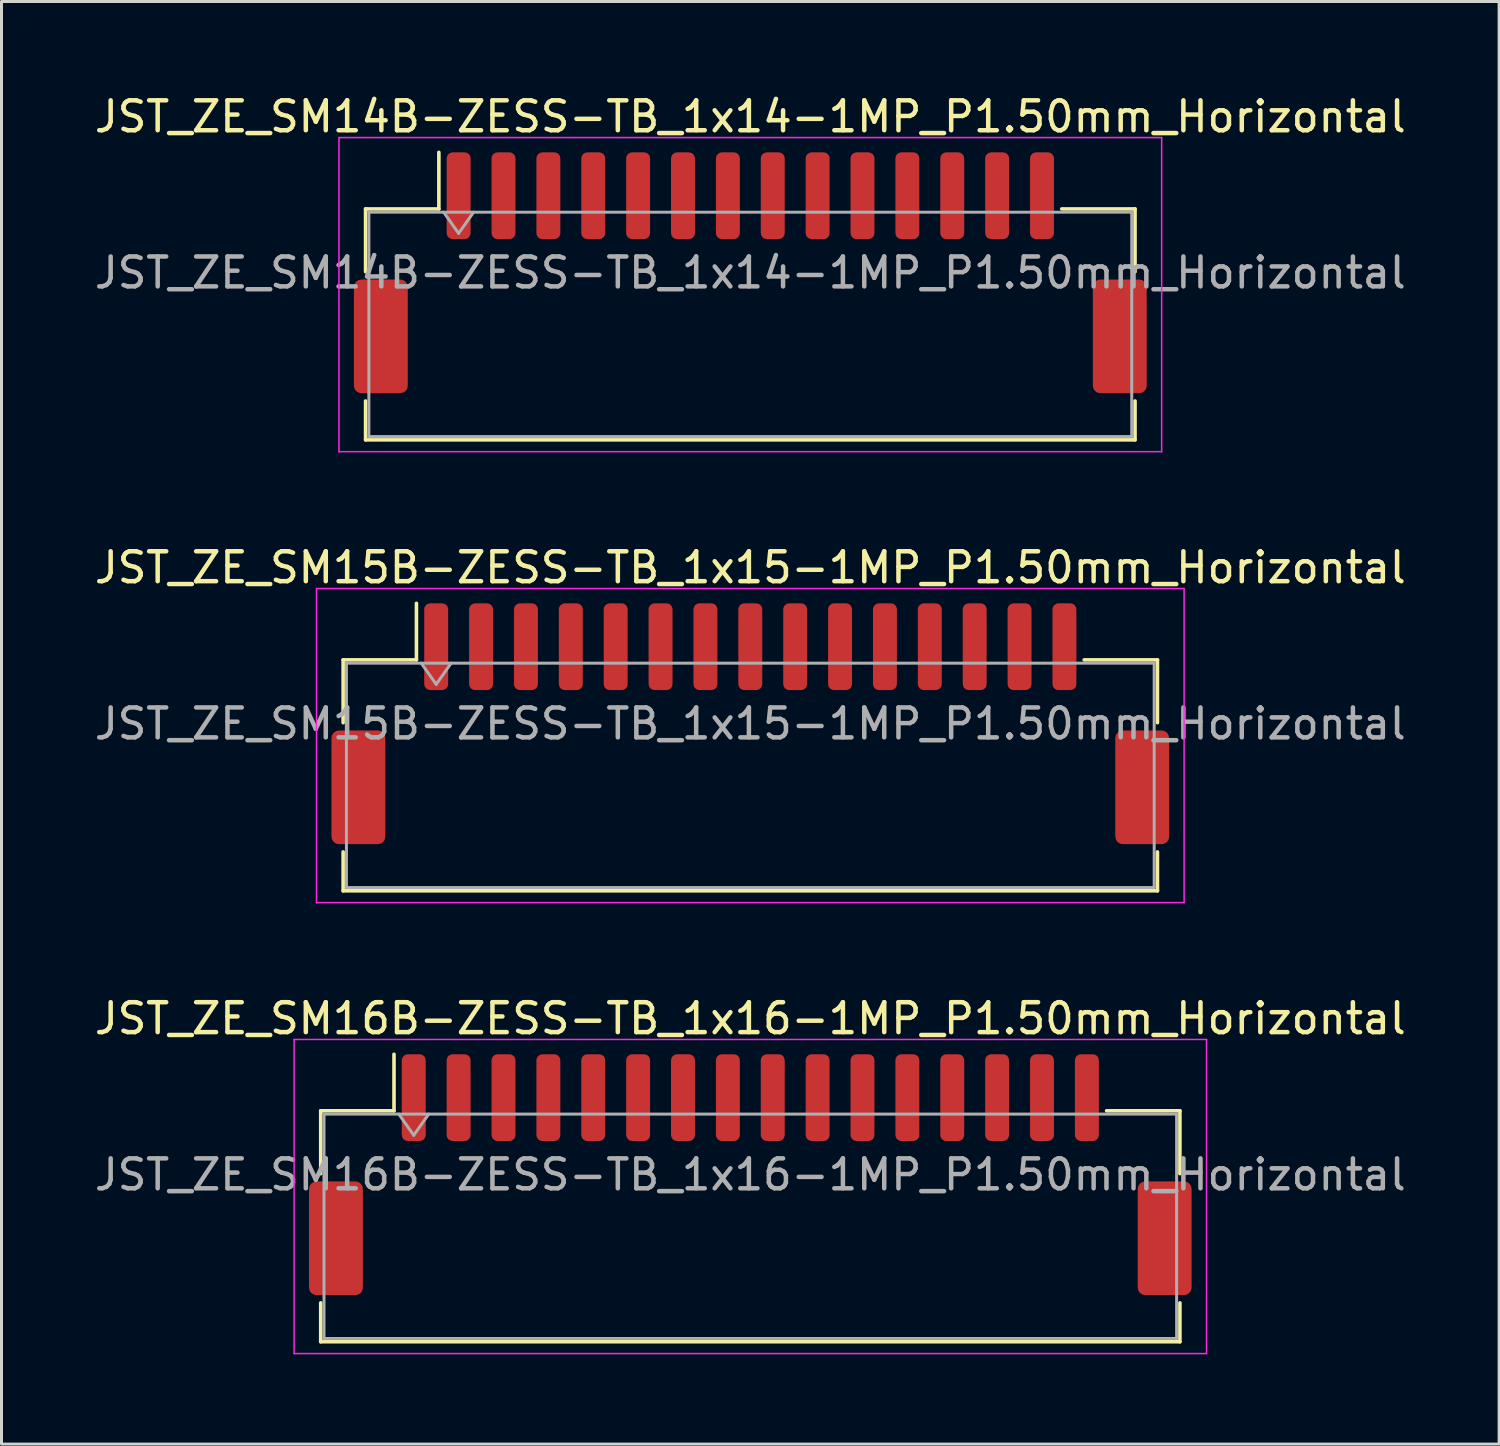
<source format=kicad_pcb>
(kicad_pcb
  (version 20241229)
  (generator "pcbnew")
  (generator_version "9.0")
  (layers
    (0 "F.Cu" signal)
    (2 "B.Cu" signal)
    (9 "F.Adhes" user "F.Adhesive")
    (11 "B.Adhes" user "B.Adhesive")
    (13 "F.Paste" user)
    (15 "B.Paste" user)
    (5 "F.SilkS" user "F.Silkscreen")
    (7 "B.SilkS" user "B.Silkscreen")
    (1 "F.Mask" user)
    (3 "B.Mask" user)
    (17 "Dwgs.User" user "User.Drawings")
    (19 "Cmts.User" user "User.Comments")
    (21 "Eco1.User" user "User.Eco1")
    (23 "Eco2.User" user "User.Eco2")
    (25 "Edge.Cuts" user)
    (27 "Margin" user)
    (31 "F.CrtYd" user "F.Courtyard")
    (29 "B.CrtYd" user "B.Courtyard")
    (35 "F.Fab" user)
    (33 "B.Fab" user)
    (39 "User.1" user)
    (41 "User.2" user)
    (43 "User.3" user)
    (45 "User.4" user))
  (footprint "JST_ZE_SM15B-ZESS-TB_1x15-1MP_P1.50mm_Horizontal"
    (layer "F.Cu")
    (at 22.03 21.142)
    (property "Reference" "JST_ZE_SM15B-ZESS-TB_1x15-1MP_P1.50mm_Horizontal" (at 0 -5.22 0) (layer "F.SilkS") (effects (font (size 1 1) (thickness 0.15))))
    (attr smd)
    (fp_line (start -13.61 -2.135) (end -11.16 -2.135) (stroke (width 0.12) (type solid)) (layer "F.SilkS"))
    (fp_line (start -13.61 -0.035) (end -13.61 -2.135) (stroke (width 0.12) (type solid)) (layer "F.SilkS"))
    (fp_line (start -13.61 4.285) (end -13.61 5.585) (stroke (width 0.12) (type solid)) (layer "F.SilkS"))
    (fp_line (start -13.61 5.585) (end 13.61 5.585) (stroke (width 0.12) (type solid)) (layer "F.SilkS"))
    (fp_line (start -11.16 -2.135) (end -11.16 -4.025) (stroke (width 0.12) (type solid)) (layer "F.SilkS"))
    (fp_line (start 13.61 -2.135) (end 11.16 -2.135) (stroke (width 0.12) (type solid)) (layer "F.SilkS"))
    (fp_line (start 13.61 -0.035) (end 13.61 -2.135) (stroke (width 0.12) (type solid)) (layer "F.SilkS"))
    (fp_line (start 13.61 5.585) (end 13.61 4.285) (stroke (width 0.12) (type solid)) (layer "F.SilkS"))
    (fp_line (start -14.5 -4.52) (end -14.5 5.98) (stroke (width 0.05) (type solid)) (layer "F.CrtYd"))
    (fp_line (start -14.5 5.98) (end 14.5 5.98) (stroke (width 0.05) (type solid)) (layer "F.CrtYd"))
    (fp_line (start 14.5 -4.52) (end -14.5 -4.52) (stroke (width 0.05) (type solid)) (layer "F.CrtYd"))
    (fp_line (start 14.5 5.98) (end 14.5 -4.52) (stroke (width 0.05) (type solid)) (layer "F.CrtYd"))
    (fp_line (start -13.5 -2.025) (end -13.5 5.475) (stroke (width 0.1) (type solid)) (layer "F.Fab"))
    (fp_line (start -13.5 -2.025) (end 13.5 -2.025) (stroke (width 0.1) (type solid)) (layer "F.Fab"))
    (fp_line (start -13.5 5.475) (end 13.5 5.475) (stroke (width 0.1) (type solid)) (layer "F.Fab"))
    (fp_line (start -11 -2.025) (end -10.5 -1.318) (stroke (width 0.1) (type solid)) (layer "F.Fab"))
    (fp_line (start -10.5 -1.318) (end -10 -2.025) (stroke (width 0.1) (type solid)) (layer "F.Fab"))
    (fp_line (start 13.5 -2.025) (end 13.5 5.475) (stroke (width 0.1) (type solid)) (layer "F.Fab"))
    (fp_text user "${REFERENCE}" (at 0 0 0) (layer "F.Fab") (effects (font (size 1 1) (thickness 0.15))))
    (pad "1" smd roundrect (at -10.5 -2.575) (size 0.8 2.9) (layers "F.Cu" "F.Mask" "F.Paste") (roundrect_rratio 0.25))
    (pad "2" smd roundrect (at -9 -2.575) (size 0.8 2.9) (layers "F.Cu" "F.Mask" "F.Paste") (roundrect_rratio 0.25))
    (pad "3" smd roundrect (at -7.5 -2.575) (size 0.8 2.9) (layers "F.Cu" "F.Mask" "F.Paste") (roundrect_rratio 0.25))
    (pad "4" smd roundrect (at -6 -2.575) (size 0.8 2.9) (layers "F.Cu" "F.Mask" "F.Paste") (roundrect_rratio 0.25))
    (pad "5" smd roundrect (at -4.5 -2.575) (size 0.8 2.9) (layers "F.Cu" "F.Mask" "F.Paste") (roundrect_rratio 0.25))
    (pad "6" smd roundrect (at -3 -2.575) (size 0.8 2.9) (layers "F.Cu" "F.Mask" "F.Paste") (roundrect_rratio 0.25))
    (pad "7" smd roundrect (at -1.5 -2.575) (size 0.8 2.9) (layers "F.Cu" "F.Mask" "F.Paste") (roundrect_rratio 0.25))
    (pad "8" smd roundrect (at 0 -2.575) (size 0.8 2.9) (layers "F.Cu" "F.Mask" "F.Paste") (roundrect_rratio 0.25))
    (pad "9" smd roundrect (at 1.5 -2.575) (size 0.8 2.9) (layers "F.Cu" "F.Mask" "F.Paste") (roundrect_rratio 0.25))
    (pad "10" smd roundrect (at 3 -2.575) (size 0.8 2.9) (layers "F.Cu" "F.Mask" "F.Paste") (roundrect_rratio 0.25))
    (pad "11" smd roundrect (at 4.5 -2.575) (size 0.8 2.9) (layers "F.Cu" "F.Mask" "F.Paste") (roundrect_rratio 0.25))
    (pad "12" smd roundrect (at 6 -2.575) (size 0.8 2.9) (layers "F.Cu" "F.Mask" "F.Paste") (roundrect_rratio 0.25))
    (pad "13" smd roundrect (at 7.5 -2.575) (size 0.8 2.9) (layers "F.Cu" "F.Mask" "F.Paste") (roundrect_rratio 0.25))
    (pad "14" smd roundrect (at 9 -2.575) (size 0.8 2.9) (layers "F.Cu" "F.Mask" "F.Paste") (roundrect_rratio 0.25))
    (pad "15" smd roundrect (at 10.5 -2.575) (size 0.8 2.9) (layers "F.Cu" "F.Mask" "F.Paste") (roundrect_rratio 0.25))
    (pad "MP" smd roundrect (at -13.1 2.125) (size 1.8 3.8) (layers "F.Cu" "F.Mask" "F.Paste") (roundrect_rratio 0.139))
    (pad "MP" smd roundrect (at 13.1 2.125) (size 1.8 3.8) (layers "F.Cu" "F.Mask" "F.Paste") (roundrect_rratio 0.139)))
  (footprint "JST_ZE_SM14B-ZESS-TB_1x14-1MP_P1.50mm_Horizontal"
    (layer "F.Cu")
    (at 22.03 6.068)
    (property "Reference" "JST_ZE_SM14B-ZESS-TB_1x14-1MP_P1.50mm_Horizontal" (at 0 -5.22 0) (layer "F.SilkS") (effects (font (size 1 1) (thickness 0.15))))
    (attr smd)
    (fp_line (start -12.86 -2.135) (end -10.41 -2.135) (stroke (width 0.12) (type solid)) (layer "F.SilkS"))
    (fp_line (start -12.86 -0.035) (end -12.86 -2.135) (stroke (width 0.12) (type solid)) (layer "F.SilkS"))
    (fp_line (start -12.86 4.285) (end -12.86 5.585) (stroke (width 0.12) (type solid)) (layer "F.SilkS"))
    (fp_line (start -12.86 5.585) (end 12.86 5.585) (stroke (width 0.12) (type solid)) (layer "F.SilkS"))
    (fp_line (start -10.41 -2.135) (end -10.41 -4.025) (stroke (width 0.12) (type solid)) (layer "F.SilkS"))
    (fp_line (start 12.86 -2.135) (end 10.41 -2.135) (stroke (width 0.12) (type solid)) (layer "F.SilkS"))
    (fp_line (start 12.86 -0.035) (end 12.86 -2.135) (stroke (width 0.12) (type solid)) (layer "F.SilkS"))
    (fp_line (start 12.86 5.585) (end 12.86 4.285) (stroke (width 0.12) (type solid)) (layer "F.SilkS"))
    (fp_line (start -13.75 -4.52) (end -13.75 5.98) (stroke (width 0.05) (type solid)) (layer "F.CrtYd"))
    (fp_line (start -13.75 5.98) (end 13.75 5.98) (stroke (width 0.05) (type solid)) (layer "F.CrtYd"))
    (fp_line (start 13.75 -4.52) (end -13.75 -4.52) (stroke (width 0.05) (type solid)) (layer "F.CrtYd"))
    (fp_line (start 13.75 5.98) (end 13.75 -4.52) (stroke (width 0.05) (type solid)) (layer "F.CrtYd"))
    (fp_line (start -12.75 -2.025) (end -12.75 5.475) (stroke (width 0.1) (type solid)) (layer "F.Fab"))
    (fp_line (start -12.75 -2.025) (end 12.75 -2.025) (stroke (width 0.1) (type solid)) (layer "F.Fab"))
    (fp_line (start -12.75 5.475) (end 12.75 5.475) (stroke (width 0.1) (type solid)) (layer "F.Fab"))
    (fp_line (start -10.25 -2.025) (end -9.75 -1.318) (stroke (width 0.1) (type solid)) (layer "F.Fab"))
    (fp_line (start -9.75 -1.318) (end -9.25 -2.025) (stroke (width 0.1) (type solid)) (layer "F.Fab"))
    (fp_line (start 12.75 -2.025) (end 12.75 5.475) (stroke (width 0.1) (type solid)) (layer "F.Fab"))
    (fp_text user "${REFERENCE}" (at 0 0 0) (layer "F.Fab") (effects (font (size 1 1) (thickness 0.15))))
    (pad "1" smd roundrect (at -9.75 -2.575) (size 0.8 2.9) (layers "F.Cu" "F.Mask" "F.Paste") (roundrect_rratio 0.25))
    (pad "2" smd roundrect (at -8.25 -2.575) (size 0.8 2.9) (layers "F.Cu" "F.Mask" "F.Paste") (roundrect_rratio 0.25))
    (pad "3" smd roundrect (at -6.75 -2.575) (size 0.8 2.9) (layers "F.Cu" "F.Mask" "F.Paste") (roundrect_rratio 0.25))
    (pad "4" smd roundrect (at -5.25 -2.575) (size 0.8 2.9) (layers "F.Cu" "F.Mask" "F.Paste") (roundrect_rratio 0.25))
    (pad "5" smd roundrect (at -3.75 -2.575) (size 0.8 2.9) (layers "F.Cu" "F.Mask" "F.Paste") (roundrect_rratio 0.25))
    (pad "6" smd roundrect (at -2.25 -2.575) (size 0.8 2.9) (layers "F.Cu" "F.Mask" "F.Paste") (roundrect_rratio 0.25))
    (pad "7" smd roundrect (at -0.75 -2.575) (size 0.8 2.9) (layers "F.Cu" "F.Mask" "F.Paste") (roundrect_rratio 0.25))
    (pad "8" smd roundrect (at 0.75 -2.575) (size 0.8 2.9) (layers "F.Cu" "F.Mask" "F.Paste") (roundrect_rratio 0.25))
    (pad "9" smd roundrect (at 2.25 -2.575) (size 0.8 2.9) (layers "F.Cu" "F.Mask" "F.Paste") (roundrect_rratio 0.25))
    (pad "10" smd roundrect (at 3.75 -2.575) (size 0.8 2.9) (layers "F.Cu" "F.Mask" "F.Paste") (roundrect_rratio 0.25))
    (pad "11" smd roundrect (at 5.25 -2.575) (size 0.8 2.9) (layers "F.Cu" "F.Mask" "F.Paste") (roundrect_rratio 0.25))
    (pad "12" smd roundrect (at 6.75 -2.575) (size 0.8 2.9) (layers "F.Cu" "F.Mask" "F.Paste") (roundrect_rratio 0.25))
    (pad "13" smd roundrect (at 8.25 -2.575) (size 0.8 2.9) (layers "F.Cu" "F.Mask" "F.Paste") (roundrect_rratio 0.25))
    (pad "14" smd roundrect (at 9.75 -2.575) (size 0.8 2.9) (layers "F.Cu" "F.Mask" "F.Paste") (roundrect_rratio 0.25))
    (pad "MP" smd roundrect (at -12.35 2.125) (size 1.8 3.8) (layers "F.Cu" "F.Mask" "F.Paste") (roundrect_rratio 0.139))
    (pad "MP" smd roundrect (at 12.35 2.125) (size 1.8 3.8) (layers "F.Cu" "F.Mask" "F.Paste") (roundrect_rratio 0.139)))
  (footprint "JST_ZE_SM16B-ZESS-TB_1x16-1MP_P1.50mm_Horizontal"
    (layer "F.Cu")
    (at 22.03 36.215)
    (property "Reference" "JST_ZE_SM16B-ZESS-TB_1x16-1MP_P1.50mm_Horizontal" (at 0 -5.22 0) (layer "F.SilkS") (effects (font (size 1 1) (thickness 0.15))))
    (attr smd)
    (fp_line (start -14.36 -2.135) (end -11.91 -2.135) (stroke (width 0.12) (type solid)) (layer "F.SilkS"))
    (fp_line (start -14.36 -0.035) (end -14.36 -2.135) (stroke (width 0.12) (type solid)) (layer "F.SilkS"))
    (fp_line (start -14.36 4.285) (end -14.36 5.585) (stroke (width 0.12) (type solid)) (layer "F.SilkS"))
    (fp_line (start -14.36 5.585) (end 14.36 5.585) (stroke (width 0.12) (type solid)) (layer "F.SilkS"))
    (fp_line (start -11.91 -2.135) (end -11.91 -4.025) (stroke (width 0.12) (type solid)) (layer "F.SilkS"))
    (fp_line (start 14.36 -2.135) (end 11.91 -2.135) (stroke (width 0.12) (type solid)) (layer "F.SilkS"))
    (fp_line (start 14.36 -0.035) (end 14.36 -2.135) (stroke (width 0.12) (type solid)) (layer "F.SilkS"))
    (fp_line (start 14.36 5.585) (end 14.36 4.285) (stroke (width 0.12) (type solid)) (layer "F.SilkS"))
    (fp_line (start -15.25 -4.52) (end -15.25 5.98) (stroke (width 0.05) (type solid)) (layer "F.CrtYd"))
    (fp_line (start -15.25 5.98) (end 15.25 5.98) (stroke (width 0.05) (type solid)) (layer "F.CrtYd"))
    (fp_line (start 15.25 -4.52) (end -15.25 -4.52) (stroke (width 0.05) (type solid)) (layer "F.CrtYd"))
    (fp_line (start 15.25 5.98) (end 15.25 -4.52) (stroke (width 0.05) (type solid)) (layer "F.CrtYd"))
    (fp_line (start -14.25 -2.025) (end -14.25 5.475) (stroke (width 0.1) (type solid)) (layer "F.Fab"))
    (fp_line (start -14.25 -2.025) (end 14.25 -2.025) (stroke (width 0.1) (type solid)) (layer "F.Fab"))
    (fp_line (start -14.25 5.475) (end 14.25 5.475) (stroke (width 0.1) (type solid)) (layer "F.Fab"))
    (fp_line (start -11.75 -2.025) (end -11.25 -1.318) (stroke (width 0.1) (type solid)) (layer "F.Fab"))
    (fp_line (start -11.25 -1.318) (end -10.75 -2.025) (stroke (width 0.1) (type solid)) (layer "F.Fab"))
    (fp_line (start 14.25 -2.025) (end 14.25 5.475) (stroke (width 0.1) (type solid)) (layer "F.Fab"))
    (fp_text user "${REFERENCE}" (at 0 0 0) (layer "F.Fab") (effects (font (size 1 1) (thickness 0.15))))
    (pad "1" smd roundrect (at -11.25 -2.575) (size 0.8 2.9) (layers "F.Cu" "F.Mask" "F.Paste") (roundrect_rratio 0.25))
    (pad "2" smd roundrect (at -9.75 -2.575) (size 0.8 2.9) (layers "F.Cu" "F.Mask" "F.Paste") (roundrect_rratio 0.25))
    (pad "3" smd roundrect (at -8.25 -2.575) (size 0.8 2.9) (layers "F.Cu" "F.Mask" "F.Paste") (roundrect_rratio 0.25))
    (pad "4" smd roundrect (at -6.75 -2.575) (size 0.8 2.9) (layers "F.Cu" "F.Mask" "F.Paste") (roundrect_rratio 0.25))
    (pad "5" smd roundrect (at -5.25 -2.575) (size 0.8 2.9) (layers "F.Cu" "F.Mask" "F.Paste") (roundrect_rratio 0.25))
    (pad "6" smd roundrect (at -3.75 -2.575) (size 0.8 2.9) (layers "F.Cu" "F.Mask" "F.Paste") (roundrect_rratio 0.25))
    (pad "7" smd roundrect (at -2.25 -2.575) (size 0.8 2.9) (layers "F.Cu" "F.Mask" "F.Paste") (roundrect_rratio 0.25))
    (pad "8" smd roundrect (at -0.75 -2.575) (size 0.8 2.9) (layers "F.Cu" "F.Mask" "F.Paste") (roundrect_rratio 0.25))
    (pad "9" smd roundrect (at 0.75 -2.575) (size 0.8 2.9) (layers "F.Cu" "F.Mask" "F.Paste") (roundrect_rratio 0.25))
    (pad "10" smd roundrect (at 2.25 -2.575) (size 0.8 2.9) (layers "F.Cu" "F.Mask" "F.Paste") (roundrect_rratio 0.25))
    (pad "11" smd roundrect (at 3.75 -2.575) (size 0.8 2.9) (layers "F.Cu" "F.Mask" "F.Paste") (roundrect_rratio 0.25))
    (pad "12" smd roundrect (at 5.25 -2.575) (size 0.8 2.9) (layers "F.Cu" "F.Mask" "F.Paste") (roundrect_rratio 0.25))
    (pad "13" smd roundrect (at 6.75 -2.575) (size 0.8 2.9) (layers "F.Cu" "F.Mask" "F.Paste") (roundrect_rratio 0.25))
    (pad "14" smd roundrect (at 8.25 -2.575) (size 0.8 2.9) (layers "F.Cu" "F.Mask" "F.Paste") (roundrect_rratio 0.25))
    (pad "15" smd roundrect (at 9.75 -2.575) (size 0.8 2.9) (layers "F.Cu" "F.Mask" "F.Paste") (roundrect_rratio 0.25))
    (pad "16" smd roundrect (at 11.25 -2.575) (size 0.8 2.9) (layers "F.Cu" "F.Mask" "F.Paste") (roundrect_rratio 0.25))
    (pad "MP" smd roundrect (at -13.85 2.125) (size 1.8 3.8) (layers "F.Cu" "F.Mask" "F.Paste") (roundrect_rratio 0.139))
    (pad "MP" smd roundrect (at 13.85 2.125) (size 1.8 3.8) (layers "F.Cu" "F.Mask" "F.Paste") (roundrect_rratio 0.139)))
  (gr_rect
    (start -3 -3)
    (end 47.06 45.22)
    (stroke (width 0.1) (type default))
    (fill no)
    (layer "Edge.Cuts")))
</source>
